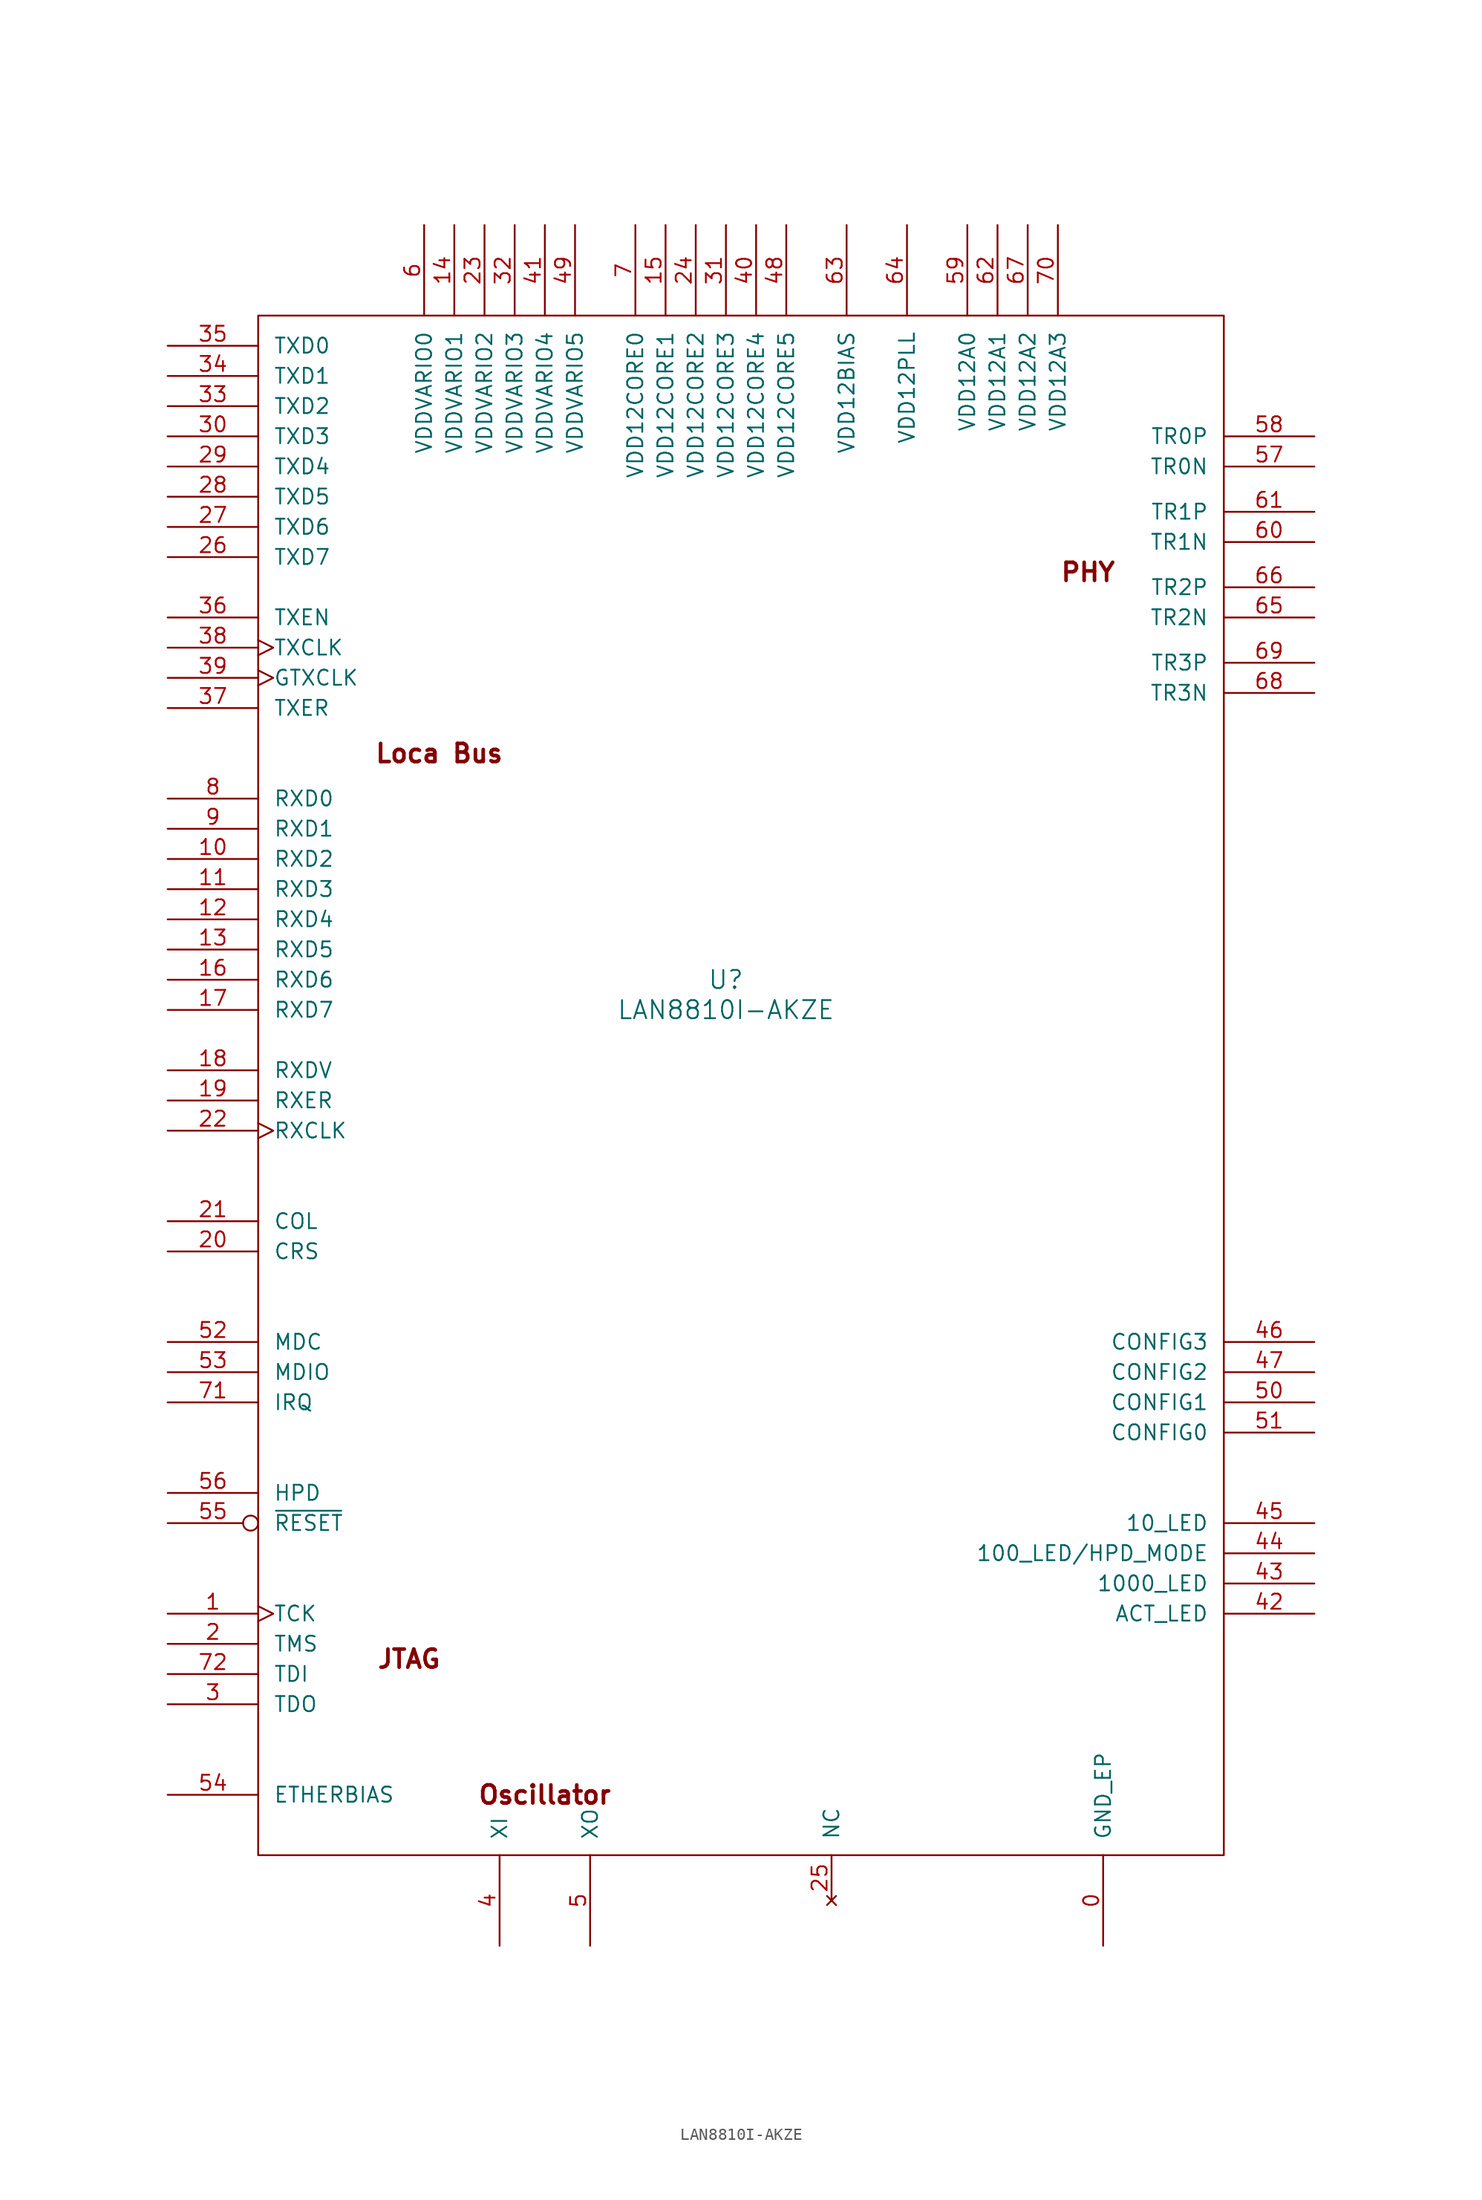
<source format=kicad_sym>
(kicad_symbol_lib
  (version 20220914)
  (generator kicad_symbol_editor)
  (symbol "LAN8810I-AKZE"
    (pin_names
      (offset 1.27))
    (property "Reference" "U"
      (at 46.99 -53.34 0)
      (effects (font (size 1.524 1.524))))
    (property "Value" "LAN8810I-AKZE"
      (at 46.99 -55.88 0)
      (effects (font (size 1.524 1.524))))
    (property "Datasheet" ""
      (at 0 0 0)
      (effects (font (size 1.524 1.524))))
    (symbol "LAN8810I-AKZE_0_0"
      (text "JTAG" (at 20.32 -110.49 0) (effects (font (size 1.524 1.524) bold)))
      (text "Loca Bus" (at 22.86 -34.29 0) (effects (font (size 1.524 1.524) bold)))
      (text "Oscillator" (at 31.75 -121.92 0) (effects (font (size 1.524 1.524) bold)))
      (text "PHY" (at 77.47 -19.05 0) (effects (font (size 1.524 1.524) bold))))
    (symbol "LAN8810I-AKZE_0_1"
      (rectangle (start 7.62 2.54) (end 88.9 -127) (stroke (width 0) (type default)) (fill (type none))))
    (symbol "LAN8810I-AKZE_1_1"
      (pin power_in line (at 78.74 -134.62 90) (length 7.62) (name "GND_EP" (effects (font (size 1.27 1.27)))) (number "0" (effects (font (size 1.27 1.27)))))
      (pin input clock (at 0 -106.68 0) (length 7.62) (name "TCK" (effects (font (size 1.27 1.27)))) (number "1" (effects (font (size 1.27 1.27)))))
      (pin output line (at 0 -43.18 0) (length 7.62) (name "RXD2" (effects (font (size 1.27 1.27)))) (number "10" (effects (font (size 1.27 1.27)))))
      (pin output line (at 0 -45.72 0) (length 7.62) (name "RXD3" (effects (font (size 1.27 1.27)))) (number "11" (effects (font (size 1.27 1.27)))))
      (pin output line (at 0 -48.26 0) (length 7.62) (name "RXD4" (effects (font (size 1.27 1.27)))) (number "12" (effects (font (size 1.27 1.27)))))
      (pin output line (at 0 -50.8 0) (length 7.62) (name "RXD5" (effects (font (size 1.27 1.27)))) (number "13" (effects (font (size 1.27 1.27)))))
      (pin power_in line (at 24.13 10.16 270) (length 7.62) (name "VDDVARIO1" (effects (font (size 1.27 1.27)))) (number "14" (effects (font (size 1.27 1.27)))))
      (pin power_in line (at 41.91 10.16 270) (length 7.62) (name "VDD12CORE1" (effects (font (size 1.27 1.27)))) (number "15" (effects (font (size 1.27 1.27)))))
      (pin output line (at 0 -53.34 0) (length 7.62) (name "RXD6" (effects (font (size 1.27 1.27)))) (number "16" (effects (font (size 1.27 1.27)))))
      (pin output line (at 0 -55.88 0) (length 7.62) (name "RXD7" (effects (font (size 1.27 1.27)))) (number "17" (effects (font (size 1.27 1.27)))))
      (pin output line (at 0 -60.96 0) (length 7.62) (name "RXDV" (effects (font (size 1.27 1.27)))) (number "18" (effects (font (size 1.27 1.27)))))
      (pin output line (at 0 -63.5 0) (length 7.62) (name "RXER" (effects (font (size 1.27 1.27)))) (number "19" (effects (font (size 1.27 1.27)))))
      (pin input line (at 0 -109.22 0) (length 7.62) (name "TMS" (effects (font (size 1.27 1.27)))) (number "2" (effects (font (size 1.27 1.27)))))
      (pin output line (at 0 -76.2 0) (length 7.62) (name "CRS" (effects (font (size 1.27 1.27)))) (number "20" (effects (font (size 1.27 1.27)))))
      (pin output line (at 0 -73.66 0) (length 7.62) (name "COL" (effects (font (size 1.27 1.27)))) (number "21" (effects (font (size 1.27 1.27)))))
      (pin output clock (at 0 -66.04 0) (length 7.62) (name "RXCLK" (effects (font (size 1.27 1.27)))) (number "22" (effects (font (size 1.27 1.27)))))
      (pin power_in line (at 26.67 10.16 270) (length 7.62) (name "VDDVARIO2" (effects (font (size 1.27 1.27)))) (number "23" (effects (font (size 1.27 1.27)))))
      (pin power_in line (at 44.45 10.16 270) (length 7.62) (name "VDD12CORE2" (effects (font (size 1.27 1.27)))) (number "24" (effects (font (size 1.27 1.27)))))
      (pin no_connect line (at 55.88 -130.81 90) (length 3.81) (name "NC" (effects (font (size 1.27 1.27)))) (number "25" (effects (font (size 1.27 1.27)))))
      (pin input line (at 0 -17.78 0) (length 7.62) (name "TXD7" (effects (font (size 1.27 1.27)))) (number "26" (effects (font (size 1.27 1.27)))))
      (pin input line (at 0 -15.24 0) (length 7.62) (name "TXD6" (effects (font (size 1.27 1.27)))) (number "27" (effects (font (size 1.27 1.27)))))
      (pin input line (at 0 -12.7 0) (length 7.62) (name "TXD5" (effects (font (size 1.27 1.27)))) (number "28" (effects (font (size 1.27 1.27)))))
      (pin input line (at 0 -10.16 0) (length 7.62) (name "TXD4" (effects (font (size 1.27 1.27)))) (number "29" (effects (font (size 1.27 1.27)))))
      (pin output line (at 0 -114.3 0) (length 7.62) (name "TDO" (effects (font (size 1.27 1.27)))) (number "3" (effects (font (size 1.27 1.27)))))
      (pin input line (at 0 -7.62 0) (length 7.62) (name "TXD3" (effects (font (size 1.27 1.27)))) (number "30" (effects (font (size 1.27 1.27)))))
      (pin power_in line (at 46.99 10.16 270) (length 7.62) (name "VDD12CORE3" (effects (font (size 1.27 1.27)))) (number "31" (effects (font (size 1.27 1.27)))))
      (pin power_in line (at 29.21 10.16 270) (length 7.62) (name "VDDVARIO3" (effects (font (size 1.27 1.27)))) (number "32" (effects (font (size 1.27 1.27)))))
      (pin input line (at 0 -5.08 0) (length 7.62) (name "TXD2" (effects (font (size 1.27 1.27)))) (number "33" (effects (font (size 1.27 1.27)))))
      (pin input line (at 0 -2.54 0) (length 7.62) (name "TXD1" (effects (font (size 1.27 1.27)))) (number "34" (effects (font (size 1.27 1.27)))))
      (pin input line (at 0 0 0) (length 7.62) (name "TXD0" (effects (font (size 1.27 1.27)))) (number "35" (effects (font (size 1.27 1.27)))))
      (pin input line (at 0 -22.86 0) (length 7.62) (name "TXEN" (effects (font (size 1.27 1.27)))) (number "36" (effects (font (size 1.27 1.27)))))
      (pin input line (at 0 -30.48 0) (length 7.62) (name "TXER" (effects (font (size 1.27 1.27)))) (number "37" (effects (font (size 1.27 1.27)))))
      (pin output clock (at 0 -25.4 0) (length 7.62) (name "TXCLK" (effects (font (size 1.27 1.27)))) (number "38" (effects (font (size 1.27 1.27)))))
      (pin input clock (at 0 -27.94 0) (length 7.62) (name "GTXCLK" (effects (font (size 1.27 1.27)))) (number "39" (effects (font (size 1.27 1.27)))))
      (pin input line (at 27.94 -134.62 90) (length 7.62) (name "XI" (effects (font (size 1.27 1.27)))) (number "4" (effects (font (size 1.27 1.27)))))
      (pin power_in line (at 49.53 10.16 270) (length 7.62) (name "VDD12CORE4" (effects (font (size 1.27 1.27)))) (number "40" (effects (font (size 1.27 1.27)))))
      (pin power_in line (at 31.75 10.16 270) (length 7.62) (name "VDDVARIO4" (effects (font (size 1.27 1.27)))) (number "41" (effects (font (size 1.27 1.27)))))
      (pin passive line (at 96.52 -106.68 180) (length 7.62) (name "ACT_LED" (effects (font (size 1.27 1.27)))) (number "42" (effects (font (size 1.27 1.27)))))
      (pin passive line (at 96.52 -104.14 180) (length 7.62) (name "1000_LED" (effects (font (size 1.27 1.27)))) (number "43" (effects (font (size 1.27 1.27)))))
      (pin passive line (at 96.52 -101.6 180) (length 7.62) (name "100_LED/HPD_MODE" (effects (font (size 1.27 1.27)))) (number "44" (effects (font (size 1.27 1.27)))))
      (pin passive line (at 96.52 -99.06 180) (length 7.62) (name "10_LED" (effects (font (size 1.27 1.27)))) (number "45" (effects (font (size 1.27 1.27)))))
      (pin input line (at 96.52 -83.82 180) (length 7.62) (name "CONFIG3" (effects (font (size 1.27 1.27)))) (number "46" (effects (font (size 1.27 1.27)))))
      (pin input line (at 96.52 -86.36 180) (length 7.62) (name "CONFIG2" (effects (font (size 1.27 1.27)))) (number "47" (effects (font (size 1.27 1.27)))))
      (pin power_in line (at 52.07 10.16 270) (length 7.62) (name "VDD12CORE5" (effects (font (size 1.27 1.27)))) (number "48" (effects (font (size 1.27 1.27)))))
      (pin power_in line (at 34.29 10.16 270) (length 7.62) (name "VDDVARIO5" (effects (font (size 1.27 1.27)))) (number "49" (effects (font (size 1.27 1.27)))))
      (pin output line (at 35.56 -134.62 90) (length 7.62) (name "XO" (effects (font (size 1.27 1.27)))) (number "5" (effects (font (size 1.27 1.27)))))
      (pin input line (at 96.52 -88.9 180) (length 7.62) (name "CONFIG1" (effects (font (size 1.27 1.27)))) (number "50" (effects (font (size 1.27 1.27)))))
      (pin input line (at 96.52 -91.44 180) (length 7.62) (name "CONFIG0" (effects (font (size 1.27 1.27)))) (number "51" (effects (font (size 1.27 1.27)))))
      (pin input line (at 0 -83.82 0) (length 7.62) (name "MDC" (effects (font (size 1.27 1.27)))) (number "52" (effects (font (size 1.27 1.27)))))
      (pin bidirectional line (at 0 -86.36 0) (length 7.62) (name "MDIO" (effects (font (size 1.27 1.27)))) (number "53" (effects (font (size 1.27 1.27)))))
      (pin input line (at 0 -121.92 0) (length 7.62) (name "ETHERBIAS" (effects (font (size 1.27 1.27)))) (number "54" (effects (font (size 1.27 1.27)))))
      (pin input inverted (at 0 -99.06 0) (length 7.62) (name "~{RESET}" (effects (font (size 1.27 1.27)))) (number "55" (effects (font (size 1.27 1.27)))))
      (pin input line (at 0 -96.52 0) (length 7.62) (name "HPD" (effects (font (size 1.27 1.27)))) (number "56" (effects (font (size 1.27 1.27)))))
      (pin bidirectional line (at 96.52 -10.16 180) (length 7.62) (name "TR0N" (effects (font (size 1.27 1.27)))) (number "57" (effects (font (size 1.27 1.27)))))
      (pin bidirectional line (at 96.52 -7.62 180) (length 7.62) (name "TR0P" (effects (font (size 1.27 1.27)))) (number "58" (effects (font (size 1.27 1.27)))))
      (pin power_in line (at 67.31 10.16 270) (length 7.62) (name "VDD12A0" (effects (font (size 1.27 1.27)))) (number "59" (effects (font (size 1.27 1.27)))))
      (pin power_in line (at 21.59 10.16 270) (length 7.62) (name "VDDVARIO0" (effects (font (size 1.27 1.27)))) (number "6" (effects (font (size 1.27 1.27)))))
      (pin bidirectional line (at 96.52 -16.51 180) (length 7.62) (name "TR1N" (effects (font (size 1.27 1.27)))) (number "60" (effects (font (size 1.27 1.27)))))
      (pin bidirectional line (at 96.52 -13.97 180) (length 7.62) (name "TR1P" (effects (font (size 1.27 1.27)))) (number "61" (effects (font (size 1.27 1.27)))))
      (pin power_in line (at 69.85 10.16 270) (length 7.62) (name "VDD12A1" (effects (font (size 1.27 1.27)))) (number "62" (effects (font (size 1.27 1.27)))))
      (pin power_in line (at 57.15 10.16 270) (length 7.62) (name "VDD12BIAS" (effects (font (size 1.27 1.27)))) (number "63" (effects (font (size 1.27 1.27)))))
      (pin power_in line (at 62.23 10.16 270) (length 7.62) (name "VDD12PLL" (effects (font (size 1.27 1.27)))) (number "64" (effects (font (size 1.27 1.27)))))
      (pin bidirectional line (at 96.52 -22.86 180) (length 7.62) (name "TR2N" (effects (font (size 1.27 1.27)))) (number "65" (effects (font (size 1.27 1.27)))))
      (pin bidirectional line (at 96.52 -20.32 180) (length 7.62) (name "TR2P" (effects (font (size 1.27 1.27)))) (number "66" (effects (font (size 1.27 1.27)))))
      (pin power_in line (at 72.39 10.16 270) (length 7.62) (name "VDD12A2" (effects (font (size 1.27 1.27)))) (number "67" (effects (font (size 1.27 1.27)))))
      (pin bidirectional line (at 96.52 -29.21 180) (length 7.62) (name "TR3N" (effects (font (size 1.27 1.27)))) (number "68" (effects (font (size 1.27 1.27)))))
      (pin bidirectional line (at 96.52 -26.67 180) (length 7.62) (name "TR3P" (effects (font (size 1.27 1.27)))) (number "69" (effects (font (size 1.27 1.27)))))
      (pin power_in line (at 39.37 10.16 270) (length 7.62) (name "VDD12CORE0" (effects (font (size 1.27 1.27)))) (number "7" (effects (font (size 1.27 1.27)))))
      (pin power_in line (at 74.93 10.16 270) (length 7.62) (name "VDD12A3" (effects (font (size 1.27 1.27)))) (number "70" (effects (font (size 1.27 1.27)))))
      (pin output line (at 0 -88.9 0) (length 7.62) (name "IRQ" (effects (font (size 1.27 1.27)))) (number "71" (effects (font (size 1.27 1.27)))))
      (pin input line (at 0 -111.76 0) (length 7.62) (name "TDI" (effects (font (size 1.27 1.27)))) (number "72" (effects (font (size 1.27 1.27)))))
      (pin output line (at 0 -38.1 0) (length 7.62) (name "RXD0" (effects (font (size 1.27 1.27)))) (number "8" (effects (font (size 1.27 1.27)))))
      (pin output line (at 0 -40.64 0) (length 7.62) (name "RXD1" (effects (font (size 1.27 1.27)))) (number "9" (effects (font (size 1.27 1.27))))))))
</source>
